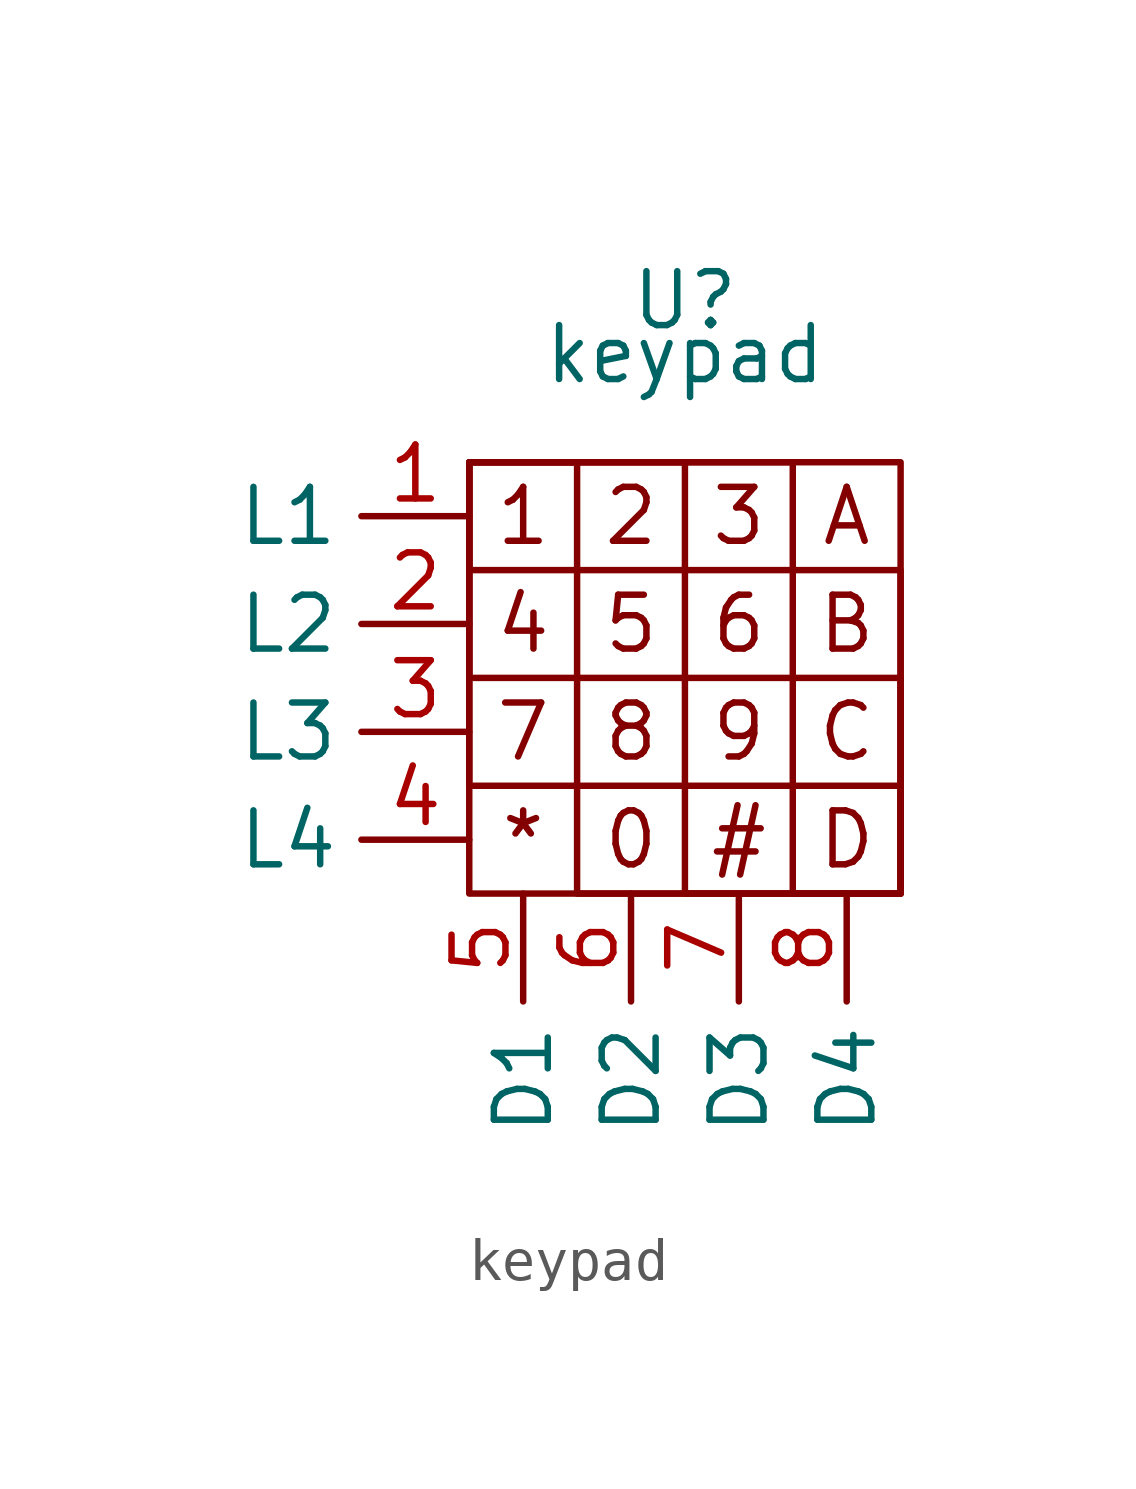
<source format=kicad_sym>
(kicad_symbol_lib
  (version 20211014)
  (generator kicad_symbol_editor)
  (symbol "keypad"
    (property "Reference" "U"
      (at 0 8.89 0)
      (effects (font (size 1.27 1.27))))
    (property "Value" "keypad"
      (at 0 7.62 0)
      (effects (font (size 1.27 1.27))))
    (symbol "keypad_0_0"
      (rectangle (start -5.08 5.08) (end -2.54 2.54) (stroke (width 0) (type default) (color 0 0 0 0)) (fill (type none)))
      (rectangle (start -5.08 5.08) (end 0 0) (stroke (width 0) (type default) (color 0 0 0 0)) (fill (type none)))
      (rectangle (start -5.08 5.08) (end 2.54 -2.54) (stroke (width 0) (type default) (color 0 0 0 0)) (fill (type none)))
      (rectangle (start -5.08 5.08) (end 5.08 -5.08) (stroke (width 0) (type default) (color 0 0 0 0)) (fill (type none)))
      (rectangle (start 5.08 -5.08) (end -2.54 2.54) (stroke (width 0) (type default) (color 0 0 0 0)) (fill (type none)))
      (rectangle (start 5.08 -5.08) (end 0 0) (stroke (width 0) (type default) (color 0 0 0 0)) (fill (type none)))
      (rectangle (start 5.08 -5.08) (end 2.54 -2.54) (stroke (width 0) (type default) (color 0 0 0 0)) (fill (type none)))
      (text "#" (at 1.27 -3.81 0) (effects (font (size 1.27 1.27))))
      (text "*" (at -3.81 -3.81 0) (effects (font (size 1.27 1.27))))
      (text "0" (at -1.27 -3.81 0) (effects (font (size 1.27 1.27))))
      (text "1" (at -3.81 3.81 0) (effects (font (size 1.27 1.27))))
      (text "2" (at -1.27 3.81 0) (effects (font (size 1.27 1.27))))
      (text "3" (at 1.27 3.81 0) (effects (font (size 1.27 1.27))))
      (text "4" (at -3.81 1.27 0) (effects (font (size 1.27 1.27))))
      (text "5" (at -1.27 1.27 0) (effects (font (size 1.27 1.27))))
      (text "6" (at 1.27 1.27 0) (effects (font (size 1.27 1.27))))
      (text "7" (at -3.81 -1.27 0) (effects (font (size 1.27 1.27))))
      (text "8" (at -1.27 -1.27 0) (effects (font (size 1.27 1.27))))
      (text "9" (at 1.27 -1.27 0) (effects (font (size 1.27 1.27))))
      (text "A" (at 3.81 3.81 0) (effects (font (size 1.27 1.27))))
      (text "B" (at 3.81 1.27 0) (effects (font (size 1.27 1.27))))
      (text "C" (at 3.81 -1.27 0) (effects (font (size 1.27 1.27))))
      (text "D" (at 3.81 -3.81 0) (effects (font (size 1.27 1.27)))))
    (symbol "keypad_1_1"
      (pin input line (at -5.08 3.81 180) (length 2.54) (name "L1" (effects (font (size 1.27 1.27)))) (number "1" (effects (font (size 1.27 1.27)))))
      (pin input line (at -5.08 1.27 180) (length 2.54) (name "L2" (effects (font (size 1.27 1.27)))) (number "2" (effects (font (size 1.27 1.27)))))
      (pin input line (at -5.08 -1.27 180) (length 2.54) (name "L3" (effects (font (size 1.27 1.27)))) (number "3" (effects (font (size 1.27 1.27)))))
      (pin input line (at -5.08 -3.81 180) (length 2.54) (name "L4" (effects (font (size 1.27 1.27)))) (number "4" (effects (font (size 1.27 1.27)))))
      (pin output line (at -3.81 -5.08 270) (length 2.54) (name "D1" (effects (font (size 1.27 1.27)))) (number "5" (effects (font (size 1.27 1.27)))))
      (pin output line (at -1.27 -5.08 270) (length 2.54) (name "D2" (effects (font (size 1.27 1.27)))) (number "6" (effects (font (size 1.27 1.27)))))
      (pin output line (at 1.27 -5.08 270) (length 2.54) (name "D3" (effects (font (size 1.27 1.27)))) (number "7" (effects (font (size 1.27 1.27)))))
      (pin output line (at 3.81 -5.08 270) (length 2.54) (name "D4" (effects (font (size 1.27 1.27)))) (number "8" (effects (font (size 1.27 1.27))))))))
</source>
